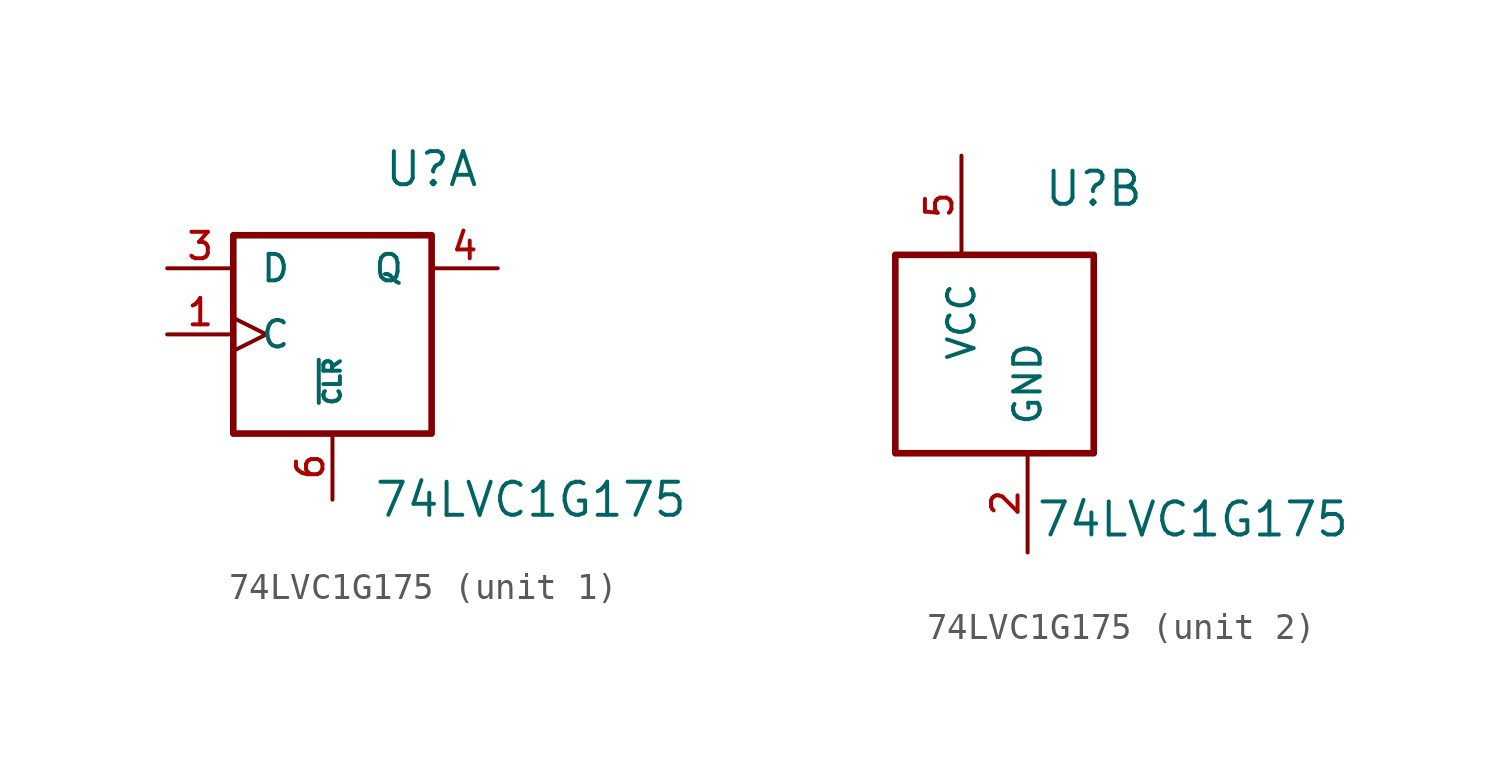
<source format=kicad_sym>
(kicad_symbol_lib
  (version 20211014)
  (generator kicad_symbol_editor)
  (symbol "74LVC1G175"
    (pin_names
      (offset 1.016))
    (property "Reference" "U"
      (at 3.81 6.35 0)
      (effects (font (size 1.27 1.27))))
    (property "Value" "74LVC1G175"
      (at 7.62 -6.35 0)
      (effects (font (size 1.27 1.27))))
    (property "ki_locked" ""
      (at 0 0 0)
      (effects (font (size 1.27 1.27))))
    (symbol "74LVC1G175_0_1"
      (rectangle (start -3.81 3.81) (end 3.81 -3.81) (stroke (width 0.254) (type default) (color 0 0 0 0)) (fill (type none))))
    (symbol "74LVC1G175_1_1"
      (pin input clock (at -6.35 0 0) (length 2.54) (name "C" (effects (font (size 1.016 1.016)))) (number "1" (effects (font (size 1.016 1.016)))))
      (pin input line (at -6.35 2.54 0) (length 2.54) (name "D" (effects (font (size 1.016 1.016)))) (number "3" (effects (font (size 1.016 1.016)))))
      (pin output line (at 6.35 2.54 180) (length 2.54) (name "Q" (effects (font (size 1.016 1.016)))) (number "4" (effects (font (size 1.016 1.016)))))
      (pin input line (at 0 -6.35 90) (length 2.54) (name "~{CLR}" (effects (font (size 0.635 0.635)))) (number "6" (effects (font (size 1.016 1.016))))))
    (symbol "74LVC1G175_2_1"
      (pin power_in line (at 1.27 -7.62 90) (length 3.81) (name "GND" (effects (font (size 1.016 1.016)))) (number "2" (effects (font (size 1.016 1.016)))))
      (pin power_in line (at -1.27 7.62 270) (length 3.81) (name "VCC" (effects (font (size 1.016 1.016)))) (number "5" (effects (font (size 1.016 1.016))))))))
</source>
